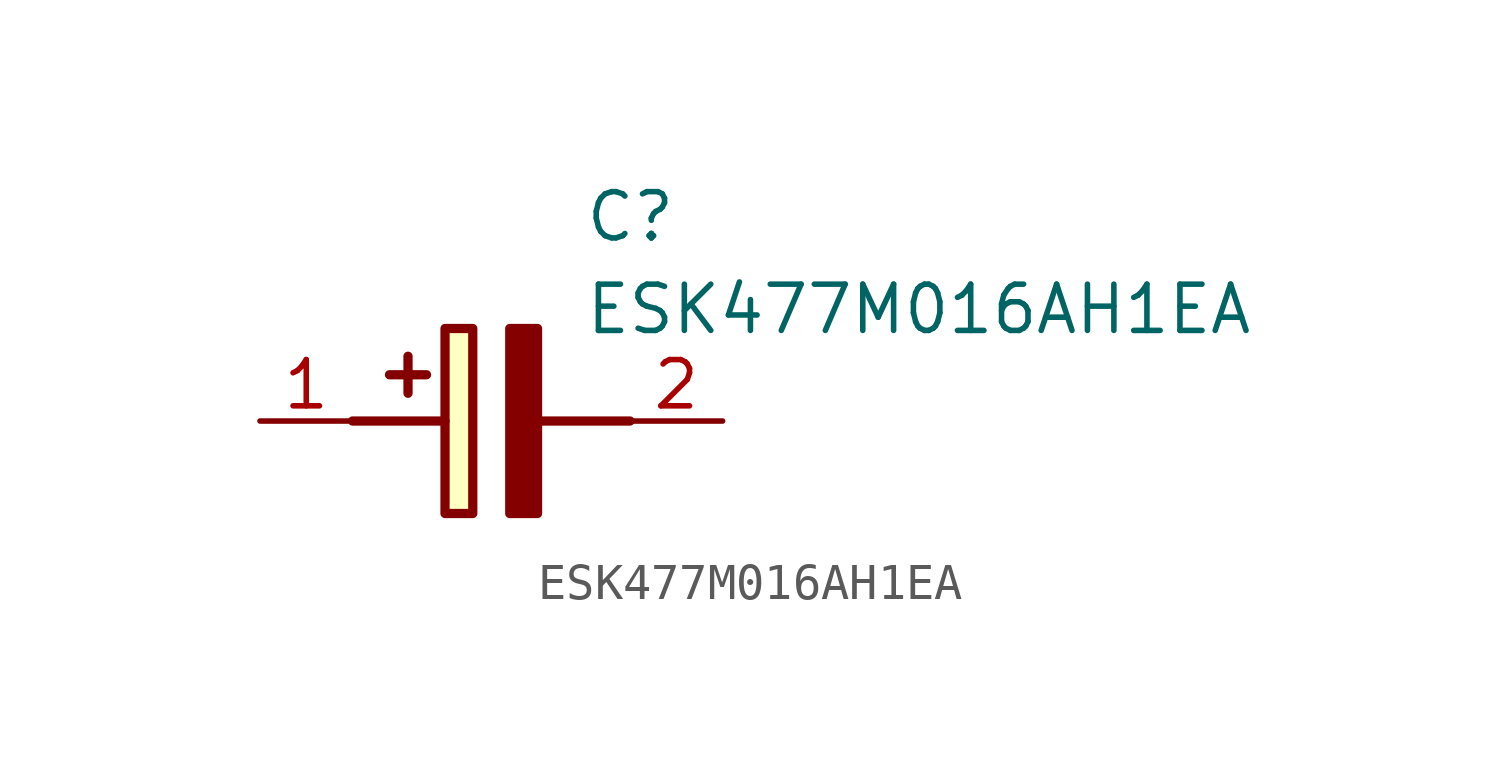
<source format=kicad_sym>
(kicad_symbol_lib
  (version 20211014)
  (generator SamacSys_ECAD_Model)
  (symbol "ESK477M016AH1EA"
    (pin_names hide)
    (property "Reference" "C"
      (at 8.89 6.35 0)
      (effects (font (size 1.27 1.27)) (justify left top)))
    (property "Value" "ESK477M016AH1EA"
      (at 8.89 3.81 0)
      (effects (font (size 1.27 1.27)) (justify left top)))
    (rectangle
      (start 5.08 2.54)
      (end 5.842 -2.54)
      (stroke (width 0.254) (type default))
      (fill (type background)))
    (polyline
      (pts (xy 4.572 1.27) (xy 3.556 1.27))
      (stroke (width 0.254) (type default))
      (fill (type none)))
    (polyline
      (pts (xy 4.064 1.778) (xy 4.064 0.762))
      (stroke (width 0.254) (type default))
      (fill (type none)))
    (polyline
      (pts (xy 2.54 0) (xy 5.08 0))
      (stroke (width 0.254) (type default))
      (fill (type none)))
    (polyline
      (pts (xy 7.62 0) (xy 10.16 0))
      (stroke (width 0.254) (type default))
      (fill (type none)))
    (polyline
      (pts (xy 7.62 2.54) (xy 7.62 -2.54) (xy 6.858 -2.54) (xy 6.858 2.54) (xy 7.62 2.54))
      (stroke (width 0.254) (type default))
      (fill (type outline)))
    (pin passive line
      (at 0 0 0)
      (length 2.54)
      (name "+" (effects (font (size 1.27 1.27))))
      (number "1" (effects (font (size 1.27 1.27)))))
    (pin passive line
      (at 12.7 0 180)
      (length 2.54)
      (name "-" (effects (font (size 1.27 1.27))))
      (number "2" (effects (font (size 1.27 1.27)))))))
</source>
